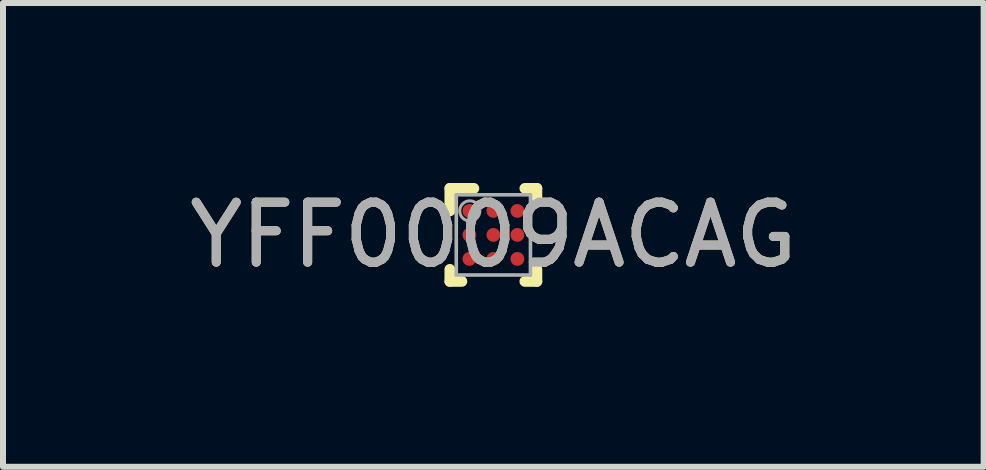
<source format=kicad_pcb>
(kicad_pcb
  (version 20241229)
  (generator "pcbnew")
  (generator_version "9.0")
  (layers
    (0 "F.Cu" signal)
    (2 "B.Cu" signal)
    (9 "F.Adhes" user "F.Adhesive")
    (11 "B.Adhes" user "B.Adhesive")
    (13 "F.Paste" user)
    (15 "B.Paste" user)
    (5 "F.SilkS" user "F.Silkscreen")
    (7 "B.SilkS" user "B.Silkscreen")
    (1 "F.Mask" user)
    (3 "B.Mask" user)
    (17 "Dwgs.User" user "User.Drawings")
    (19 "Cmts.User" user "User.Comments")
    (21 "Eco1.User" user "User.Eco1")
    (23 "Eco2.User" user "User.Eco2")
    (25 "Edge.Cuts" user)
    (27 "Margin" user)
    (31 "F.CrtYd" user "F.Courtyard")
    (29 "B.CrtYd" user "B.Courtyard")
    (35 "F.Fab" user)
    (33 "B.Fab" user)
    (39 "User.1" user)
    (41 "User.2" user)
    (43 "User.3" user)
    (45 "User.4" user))
  (footprint "YFF0009ACAG"
    (layer "F.Cu")
    (at 5.173 0.865)
    (property "Reference" "YFF0009ACAG" (at 0 0 0) (unlocked yes) (layer "F.SilkS") (effects (font (size 1 1) (thickness 0.15))))
    (attr smd)
    (fp_line (start -0.725 -0.775) (end -0.325 -0.775) (stroke (width 0.18) (type solid)) (layer "F.SilkS"))
    (fp_line (start -0.725 -0.4) (end -0.725 -0.775) (stroke (width 0.18) (type solid)) (layer "F.SilkS"))
    (fp_line (start -0.725 0.775) (end -0.725 0.575) (stroke (width 0.18) (type solid)) (layer "F.SilkS"))
    (fp_line (start -0.725 0.775) (end -0.525 0.775) (stroke (width 0.18) (type solid)) (layer "F.SilkS"))
    (fp_line (start 0.525 -0.775) (end 0.725 -0.775) (stroke (width 0.18) (type solid)) (layer "F.SilkS"))
    (fp_line (start 0.525 0.775) (end 0.725 0.775) (stroke (width 0.18) (type solid)) (layer "F.SilkS"))
    (fp_line (start 0.725 -0.575) (end 0.725 -0.775) (stroke (width 0.18) (type solid)) (layer "F.SilkS"))
    (fp_line (start 0.725 0.775) (end 0.725 0.575) (stroke (width 0.18) (type solid)) (layer "F.SilkS"))
    (fp_circle (center -0.475 -0.475) (end -0.45 -0.475) (stroke (width 0.05) (type solid)) (fill no) (layer "F.Paste"))
    (fp_circle (center -0.475 -0.325) (end -0.45 -0.325) (stroke (width 0.05) (type solid)) (fill no) (layer "F.Paste"))
    (fp_circle (center -0.475 -0.075) (end -0.45 -0.075) (stroke (width 0.05) (type solid)) (fill no) (layer "F.Paste"))
    (fp_circle (center -0.475 0.075) (end -0.45 0.075) (stroke (width 0.05) (type solid)) (fill no) (layer "F.Paste"))
    (fp_circle (center -0.475 0.325) (end -0.45 0.325) (stroke (width 0.05) (type solid)) (fill no) (layer "F.Paste"))
    (fp_circle (center -0.475 0.475) (end -0.45 0.475) (stroke (width 0.05) (type solid)) (fill no) (layer "F.Paste"))
    (fp_circle (center -0.325 -0.475) (end -0.3 -0.475) (stroke (width 0.05) (type solid)) (fill no) (layer "F.Paste"))
    (fp_circle (center -0.325 -0.325) (end -0.3 -0.325) (stroke (width 0.05) (type solid)) (fill no) (layer "F.Paste"))
    (fp_circle (center -0.325 -0.075) (end -0.3 -0.075) (stroke (width 0.05) (type solid)) (fill no) (layer "F.Paste"))
    (fp_circle (center -0.325 0.075) (end -0.3 0.075) (stroke (width 0.05) (type solid)) (fill no) (layer "F.Paste"))
    (fp_circle (center -0.325 0.325) (end -0.3 0.325) (stroke (width 0.05) (type solid)) (fill no) (layer "F.Paste"))
    (fp_circle (center -0.325 0.475) (end -0.3 0.475) (stroke (width 0.05) (type solid)) (fill no) (layer "F.Paste"))
    (fp_circle (center -0.075 -0.475) (end -0.05 -0.475) (stroke (width 0.05) (type solid)) (fill no) (layer "F.Paste"))
    (fp_circle (center -0.075 -0.325) (end -0.05 -0.325) (stroke (width 0.05) (type solid)) (fill no) (layer "F.Paste"))
    (fp_circle (center -0.075 -0.075) (end -0.05 -0.075) (stroke (width 0.05) (type solid)) (fill no) (layer "F.Paste"))
    (fp_circle (center -0.075 0.075) (end -0.05 0.075) (stroke (width 0.05) (type solid)) (fill no) (layer "F.Paste"))
    (fp_circle (center -0.075 0.325) (end -0.05 0.325) (stroke (width 0.05) (type solid)) (fill no) (layer "F.Paste"))
    (fp_circle (center -0.075 0.475) (end -0.05 0.475) (stroke (width 0.05) (type solid)) (fill no) (layer "F.Paste"))
    (fp_circle (center 0.075 -0.475) (end 0.1 -0.475) (stroke (width 0.05) (type solid)) (fill no) (layer "F.Paste"))
    (fp_circle (center 0.075 -0.325) (end 0.1 -0.325) (stroke (width 0.05) (type solid)) (fill no) (layer "F.Paste"))
    (fp_circle (center 0.075 -0.075) (end 0.1 -0.075) (stroke (width 0.05) (type solid)) (fill no) (layer "F.Paste"))
    (fp_circle (center 0.075 0.075) (end 0.1 0.075) (stroke (width 0.05) (type solid)) (fill no) (layer "F.Paste"))
    (fp_circle (center 0.075 0.325) (end 0.1 0.325) (stroke (width 0.05) (type solid)) (fill no) (layer "F.Paste"))
    (fp_circle (center 0.075 0.475) (end 0.1 0.475) (stroke (width 0.05) (type solid)) (fill no) (layer "F.Paste"))
    (fp_circle (center 0.325 -0.475) (end 0.35 -0.475) (stroke (width 0.05) (type solid)) (fill no) (layer "F.Paste"))
    (fp_circle (center 0.325 -0.325) (end 0.35 -0.325) (stroke (width 0.05) (type solid)) (fill no) (layer "F.Paste"))
    (fp_circle (center 0.325 -0.075) (end 0.35 -0.075) (stroke (width 0.05) (type solid)) (fill no) (layer "F.Paste"))
    (fp_circle (center 0.325 0.075) (end 0.35 0.075) (stroke (width 0.05) (type solid)) (fill no) (layer "F.Paste"))
    (fp_circle (center 0.325 0.325) (end 0.35 0.325) (stroke (width 0.05) (type solid)) (fill no) (layer "F.Paste"))
    (fp_circle (center 0.325 0.475) (end 0.35 0.475) (stroke (width 0.05) (type solid)) (fill no) (layer "F.Paste"))
    (fp_circle (center 0.475 -0.475) (end 0.5 -0.475) (stroke (width 0.05) (type solid)) (fill no) (layer "F.Paste"))
    (fp_circle (center 0.475 -0.325) (end 0.5 -0.325) (stroke (width 0.05) (type solid)) (fill no) (layer "F.Paste"))
    (fp_circle (center 0.475 -0.075) (end 0.5 -0.075) (stroke (width 0.05) (type solid)) (fill no) (layer "F.Paste"))
    (fp_circle (center 0.475 0.075) (end 0.5 0.075) (stroke (width 0.05) (type solid)) (fill no) (layer "F.Paste"))
    (fp_circle (center 0.475 0.325) (end 0.5 0.325) (stroke (width 0.05) (type solid)) (fill no) (layer "F.Paste"))
    (fp_circle (center 0.475 0.475) (end 0.5 0.475) (stroke (width 0.05) (type solid)) (fill no) (layer "F.Paste"))
    (fp_poly (pts (xy -0.525 -0.475) (xy -0.525 -0.325) (xy -0.475 -0.325) (xy -0.475 -0.475)) (stroke (width 0) (type solid)) (fill yes) (layer "F.Paste"))
    (fp_poly (pts (xy -0.525 -0.075) (xy -0.525 0.075) (xy -0.475 0.075) (xy -0.475 -0.075)) (stroke (width 0) (type solid)) (fill yes) (layer "F.Paste"))
    (fp_poly (pts (xy -0.525 0.325) (xy -0.525 0.475) (xy -0.475 0.475) (xy -0.475 0.325)) (stroke (width 0) (type solid)) (fill yes) (layer "F.Paste"))
    (fp_poly (pts (xy -0.475 -0.475) (xy -0.475 -0.325) (xy -0.325 -0.325) (xy -0.325 -0.475)) (stroke (width 0) (type solid)) (fill yes) (layer "F.Paste"))
    (fp_poly (pts (xy -0.475 -0.275) (xy -0.325 -0.275) (xy -0.325 -0.325) (xy -0.475 -0.325)) (stroke (width 0) (type solid)) (fill yes) (layer "F.Paste"))
    (fp_poly (pts (xy -0.475 -0.075) (xy -0.475 0.075) (xy -0.325 0.075) (xy -0.325 -0.075)) (stroke (width 0) (type solid)) (fill yes) (layer "F.Paste"))
    (fp_poly (pts (xy -0.475 0.125) (xy -0.325 0.125) (xy -0.325 0.075) (xy -0.475 0.075)) (stroke (width 0) (type solid)) (fill yes) (layer "F.Paste"))
    (fp_poly (pts (xy -0.475 0.325) (xy -0.475 0.475) (xy -0.325 0.475) (xy -0.325 0.325)) (stroke (width 0) (type solid)) (fill yes) (layer "F.Paste"))
    (fp_poly (pts (xy -0.475 0.525) (xy -0.325 0.525) (xy -0.325 0.475) (xy -0.475 0.475)) (stroke (width 0) (type solid)) (fill yes) (layer "F.Paste"))
    (fp_poly (pts (xy -0.325 -0.525) (xy -0.475 -0.525) (xy -0.475 -0.475) (xy -0.325 -0.475)) (stroke (width 0) (type solid)) (fill yes) (layer "F.Paste"))
    (fp_poly (pts (xy -0.325 -0.125) (xy -0.475 -0.125) (xy -0.475 -0.075) (xy -0.325 -0.075)) (stroke (width 0) (type solid)) (fill yes) (layer "F.Paste"))
    (fp_poly (pts (xy -0.325 0.275) (xy -0.475 0.275) (xy -0.475 0.325) (xy -0.325 0.325)) (stroke (width 0) (type solid)) (fill yes) (layer "F.Paste"))
    (fp_poly (pts (xy -0.275 -0.325) (xy -0.275 -0.475) (xy -0.325 -0.475) (xy -0.325 -0.325)) (stroke (width 0) (type solid)) (fill yes) (layer "F.Paste"))
    (fp_poly (pts (xy -0.275 0.075) (xy -0.275 -0.075) (xy -0.325 -0.075) (xy -0.325 0.075)) (stroke (width 0) (type solid)) (fill yes) (layer "F.Paste"))
    (fp_poly (pts (xy -0.275 0.475) (xy -0.275 0.325) (xy -0.325 0.325) (xy -0.325 0.475)) (stroke (width 0) (type solid)) (fill yes) (layer "F.Paste"))
    (fp_poly (pts (xy -0.125 -0.475) (xy -0.125 -0.325) (xy -0.075 -0.325) (xy -0.075 -0.475)) (stroke (width 0) (type solid)) (fill yes) (layer "F.Paste"))
    (fp_poly (pts (xy -0.125 -0.075) (xy -0.125 0.075) (xy -0.075 0.075) (xy -0.075 -0.075)) (stroke (width 0) (type solid)) (fill yes) (layer "F.Paste"))
    (fp_poly (pts (xy -0.125 0.325) (xy -0.125 0.475) (xy -0.075 0.475) (xy -0.075 0.325)) (stroke (width 0) (type solid)) (fill yes) (layer "F.Paste"))
    (fp_poly (pts (xy -0.075 -0.475) (xy -0.075 -0.325) (xy 0.075 -0.325) (xy 0.075 -0.475)) (stroke (width 0) (type solid)) (fill yes) (layer "F.Paste"))
    (fp_poly (pts (xy -0.075 -0.275) (xy 0.075 -0.275) (xy 0.075 -0.325) (xy -0.075 -0.325)) (stroke (width 0) (type solid)) (fill yes) (layer "F.Paste"))
    (fp_poly (pts (xy -0.075 -0.075) (xy -0.075 0.075) (xy 0.075 0.075) (xy 0.075 -0.075)) (stroke (width 0) (type solid)) (fill yes) (layer "F.Paste"))
    (fp_poly (pts (xy -0.075 0.125) (xy 0.075 0.125) (xy 0.075 0.075) (xy -0.075 0.075)) (stroke (width 0) (type solid)) (fill yes) (layer "F.Paste"))
    (fp_poly (pts (xy -0.075 0.325) (xy -0.075 0.475) (xy 0.075 0.475) (xy 0.075 0.325)) (stroke (width 0) (type solid)) (fill yes) (layer "F.Paste"))
    (fp_poly (pts (xy -0.075 0.525) (xy 0.075 0.525) (xy 0.075 0.475) (xy -0.075 0.475)) (stroke (width 0) (type solid)) (fill yes) (layer "F.Paste"))
    (fp_poly (pts (xy 0.075 -0.525) (xy -0.075 -0.525) (xy -0.075 -0.475) (xy 0.075 -0.475)) (stroke (width 0) (type solid)) (fill yes) (layer "F.Paste"))
    (fp_poly (pts (xy 0.075 -0.125) (xy -0.075 -0.125) (xy -0.075 -0.075) (xy 0.075 -0.075)) (stroke (width 0) (type solid)) (fill yes) (layer "F.Paste"))
    (fp_poly (pts (xy 0.075 0.275) (xy -0.075 0.275) (xy -0.075 0.325) (xy 0.075 0.325)) (stroke (width 0) (type solid)) (fill yes) (layer "F.Paste"))
    (fp_poly (pts (xy 0.125 -0.325) (xy 0.125 -0.475) (xy 0.075 -0.475) (xy 0.075 -0.325)) (stroke (width 0) (type solid)) (fill yes) (layer "F.Paste"))
    (fp_poly (pts (xy 0.125 0.075) (xy 0.125 -0.075) (xy 0.075 -0.075) (xy 0.075 0.075)) (stroke (width 0) (type solid)) (fill yes) (layer "F.Paste"))
    (fp_poly (pts (xy 0.125 0.475) (xy 0.125 0.325) (xy 0.075 0.325) (xy 0.075 0.475)) (stroke (width 0) (type solid)) (fill yes) (layer "F.Paste"))
    (fp_poly (pts (xy 0.275 -0.475) (xy 0.275 -0.325) (xy 0.325 -0.325) (xy 0.325 -0.475)) (stroke (width 0) (type solid)) (fill yes) (layer "F.Paste"))
    (fp_poly (pts (xy 0.275 -0.075) (xy 0.275 0.075) (xy 0.325 0.075) (xy 0.325 -0.075)) (stroke (width 0) (type solid)) (fill yes) (layer "F.Paste"))
    (fp_poly (pts (xy 0.275 0.325) (xy 0.275 0.475) (xy 0.325 0.475) (xy 0.325 0.325)) (stroke (width 0) (type solid)) (fill yes) (layer "F.Paste"))
    (fp_poly (pts (xy 0.325 -0.475) (xy 0.325 -0.325) (xy 0.475 -0.325) (xy 0.475 -0.475)) (stroke (width 0) (type solid)) (fill yes) (layer "F.Paste"))
    (fp_poly (pts (xy 0.325 -0.275) (xy 0.475 -0.275) (xy 0.475 -0.325) (xy 0.325 -0.325)) (stroke (width 0) (type solid)) (fill yes) (layer "F.Paste"))
    (fp_poly (pts (xy 0.325 -0.075) (xy 0.325 0.075) (xy 0.475 0.075) (xy 0.475 -0.075)) (stroke (width 0) (type solid)) (fill yes) (layer "F.Paste"))
    (fp_poly (pts (xy 0.325 0.125) (xy 0.475 0.125) (xy 0.475 0.075) (xy 0.325 0.075)) (stroke (width 0) (type solid)) (fill yes) (layer "F.Paste"))
    (fp_poly (pts (xy 0.325 0.325) (xy 0.325 0.475) (xy 0.475 0.475) (xy 0.475 0.325)) (stroke (width 0) (type solid)) (fill yes) (layer "F.Paste"))
    (fp_poly (pts (xy 0.325 0.525) (xy 0.475 0.525) (xy 0.475 0.475) (xy 0.325 0.475)) (stroke (width 0) (type solid)) (fill yes) (layer "F.Paste"))
    (fp_poly (pts (xy 0.475 -0.525) (xy 0.325 -0.525) (xy 0.325 -0.475) (xy 0.475 -0.475)) (stroke (width 0) (type solid)) (fill yes) (layer "F.Paste"))
    (fp_poly (pts (xy 0.475 -0.125) (xy 0.325 -0.125) (xy 0.325 -0.075) (xy 0.475 -0.075)) (stroke (width 0) (type solid)) (fill yes) (layer "F.Paste"))
    (fp_poly (pts (xy 0.475 0.275) (xy 0.325 0.275) (xy 0.325 0.325) (xy 0.475 0.325)) (stroke (width 0) (type solid)) (fill yes) (layer "F.Paste"))
    (fp_poly (pts (xy 0.525 -0.325) (xy 0.525 -0.475) (xy 0.475 -0.475) (xy 0.475 -0.325)) (stroke (width 0) (type solid)) (fill yes) (layer "F.Paste"))
    (fp_poly (pts (xy 0.525 0.075) (xy 0.525 -0.075) (xy 0.475 -0.075) (xy 0.475 0.075)) (stroke (width 0) (type solid)) (fill yes) (layer "F.Paste"))
    (fp_poly (pts (xy 0.525 0.475) (xy 0.525 0.325) (xy 0.475 0.325) (xy 0.475 0.475)) (stroke (width 0) (type solid)) (fill yes) (layer "F.Paste"))
    (fp_line (start -0.618 -0.668) (end 0.618 -0.668) (stroke (width 0.06) (type solid)) (layer "F.Fab"))
    (fp_line (start -0.618 0.668) (end -0.618 -0.668) (stroke (width 0.06) (type solid)) (layer "F.Fab"))
    (fp_line (start -0.618 0.668) (end 0.618 0.668) (stroke (width 0.06) (type solid)) (layer "F.Fab"))
    (fp_line (start 0.618 0.668) (end 0.618 -0.668) (stroke (width 0.06) (type solid)) (layer "F.Fab"))
    (fp_circle (center -0.393 -0.4) (end -0.225 -0.4) (stroke (width 0.05) (type solid)) (fill no) (layer "F.Fab"))
    (fp_text user "${REFERENCE}" (at 0 0 0) (unlocked yes) (layer "F.Fab") (effects (font (size 1 1) (thickness 0.15))))
    (pad "A1" smd circle (at -0.4 -0.4) (size 0.23 0.23) (layers "F.Cu" "F.Mask"))
    (pad "A2" smd circle (at 0.000003 -0.4) (size 0.23 0.23) (layers "F.Cu" "F.Mask"))
    (pad "A3" smd circle (at 0.4 -0.4) (size 0.23 0.23) (layers "F.Cu" "F.Mask"))
    (pad "B1" smd circle (at -0.4 0) (size 0.23 0.23) (layers "F.Cu" "F.Mask"))
    (pad "B2" smd circle (at 0.000003 0) (size 0.23 0.23) (layers "F.Cu" "F.Mask"))
    (pad "B3" smd circle (at 0.4 0) (size 0.23 0.23) (layers "F.Cu" "F.Mask"))
    (pad "C1" smd circle (at -0.4 0.4) (size 0.23 0.23) (layers "F.Cu" "F.Mask"))
    (pad "C2" smd circle (at 0.000003 0.4) (size 0.23 0.23) (layers "F.Cu" "F.Mask"))
    (pad "C3" smd circle (at 0.4 0.4) (size 0.23 0.23) (layers "F.Cu" "F.Mask")))
  (gr_rect
    (start -3 -3)
    (end 13.345 4.73)
    (stroke (width 0.1) (type default))
    (fill no)
    (layer "Edge.Cuts")))
</source>
